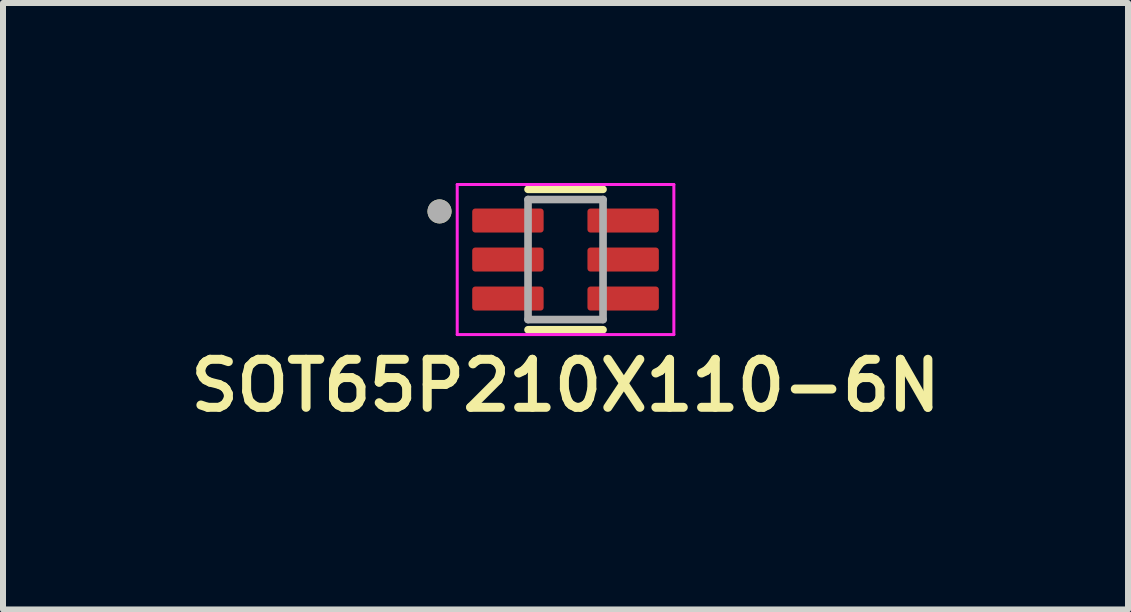
<source format=kicad_pcb>
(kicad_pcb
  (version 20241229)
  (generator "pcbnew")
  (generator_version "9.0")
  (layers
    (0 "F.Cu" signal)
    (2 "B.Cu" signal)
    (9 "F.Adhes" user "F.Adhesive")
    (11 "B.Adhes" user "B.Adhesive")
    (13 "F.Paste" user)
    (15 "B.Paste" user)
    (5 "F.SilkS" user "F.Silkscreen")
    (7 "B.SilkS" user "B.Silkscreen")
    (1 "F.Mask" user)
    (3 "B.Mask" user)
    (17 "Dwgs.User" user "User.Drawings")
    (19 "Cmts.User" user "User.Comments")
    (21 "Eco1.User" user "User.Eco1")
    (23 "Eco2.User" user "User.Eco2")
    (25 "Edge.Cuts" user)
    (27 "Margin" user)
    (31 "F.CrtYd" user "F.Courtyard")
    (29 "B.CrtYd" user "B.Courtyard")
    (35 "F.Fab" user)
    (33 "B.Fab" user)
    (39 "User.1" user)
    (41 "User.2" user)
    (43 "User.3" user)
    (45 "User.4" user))
  (footprint "SOT65P210X110-6N"
    (layer "F.Cu")
    (at 6.374 1.275)
    (property "Reference" "SOT65P210X110-6N" (at 0 2.1 180) (layer "F.SilkS") (effects (font (size 0.8 0.8) (thickness 0.15))))
    (attr smd)
    (fp_line (start -0.625 -1.17) (end 0.625 -1.17) (stroke (width 0.127) (type solid)) (layer "F.SilkS"))
    (fp_line (start -0.625 1.17) (end 0.625 1.17) (stroke (width 0.127) (type solid)) (layer "F.SilkS"))
    (fp_circle (center -2.1 -0.802) (end -2 -0.802) (stroke (width 0.2) (type solid)) (fill no) (layer "F.SilkS"))
    (fp_line (start -1.805 -1.25) (end -1.805 1.25) (stroke (width 0.05) (type solid)) (layer "F.CrtYd"))
    (fp_line (start -1.805 1.25) (end 1.805 1.25) (stroke (width 0.05) (type solid)) (layer "F.CrtYd"))
    (fp_line (start 1.805 -1.25) (end -1.805 -1.25) (stroke (width 0.05) (type solid)) (layer "F.CrtYd"))
    (fp_line (start 1.805 1.25) (end 1.805 -1.25) (stroke (width 0.05) (type solid)) (layer "F.CrtYd"))
    (fp_line (start -0.625 -1) (end -0.625 1) (stroke (width 0.127) (type solid)) (layer "F.Fab"))
    (fp_line (start -0.625 1) (end 0.625 1) (stroke (width 0.127) (type solid)) (layer "F.Fab"))
    (fp_line (start 0.625 -1) (end -0.625 -1) (stroke (width 0.127) (type solid)) (layer "F.Fab"))
    (fp_line (start 0.625 1) (end 0.625 -1) (stroke (width 0.127) (type solid)) (layer "F.Fab"))
    (fp_circle (center -2.1 -0.802) (end -2 -0.802) (stroke (width 0.2) (type solid)) (fill no) (layer "F.Fab"))
    (pad "1" smd roundrect (at -0.96 -0.65) (size 1.19 0.4) (layers "F.Cu" "F.Mask" "F.Paste") (roundrect_rratio 0.125))
    (pad "2" smd roundrect (at -0.96 0) (size 1.19 0.4) (layers "F.Cu" "F.Mask" "F.Paste") (roundrect_rratio 0.125))
    (pad "3" smd roundrect (at -0.96 0.65) (size 1.19 0.4) (layers "F.Cu" "F.Mask" "F.Paste") (roundrect_rratio 0.125))
    (pad "4" smd roundrect (at 0.96 0.65) (size 1.19 0.4) (layers "F.Cu" "F.Mask" "F.Paste") (roundrect_rratio 0.125))
    (pad "5" smd roundrect (at 0.96 0) (size 1.19 0.4) (layers "F.Cu" "F.Mask" "F.Paste") (roundrect_rratio 0.125))
    (pad "6" smd roundrect (at 0.96 -0.65) (size 1.19 0.4) (layers "F.Cu" "F.Mask" "F.Paste") (roundrect_rratio 0.125)))
  (gr_rect
    (start -3 -3)
    (end 15.747 7.106)
    (stroke (width 0.1) (type default))
    (fill no)
    (layer "Edge.Cuts")))
</source>
